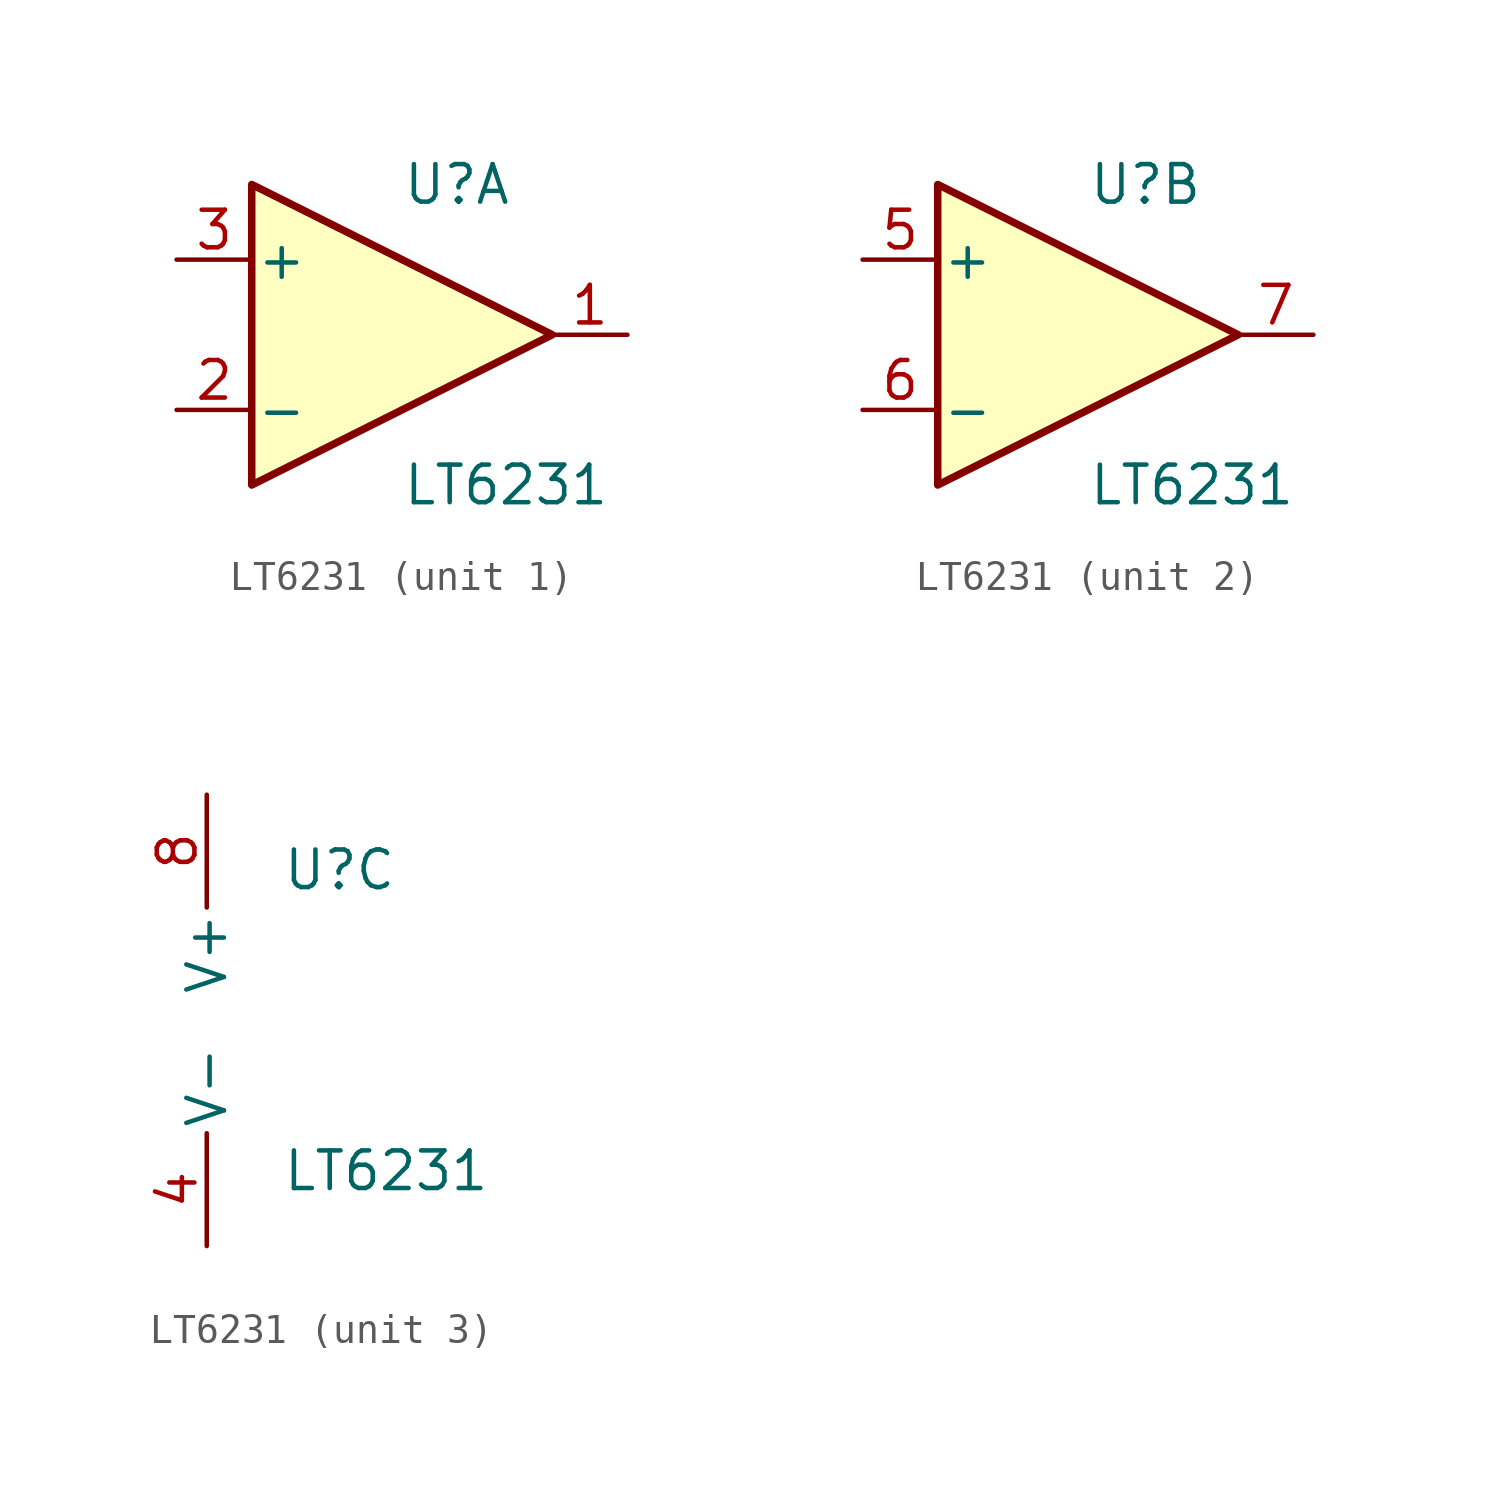
<source format=kicad_sym>
(kicad_symbol_lib
  (version 20211014)
  (generator kicad_symbol_editor)
  (symbol "LT6231"
    (pin_names
      (offset 0.127))
    (property "Reference" "U"
      (at 0 5.08 0)
      (effects (font (size 1.27 1.27)) (justify left)))
    (property "Value" "LT6231"
      (at 0 -5.08 0)
      (effects (font (size 1.27 1.27)) (justify left)))
    (property "ki_locked" ""
      (at 0 0 0)
      (effects (font (size 1.27 1.27))))
    (symbol "LT6231_1_1"
      (polyline (pts (xy -5.08 5.08) (xy 5.08 0) (xy -5.08 -5.08) (xy -5.08 5.08)) (stroke (width 0.254) (type default) (color 0 0 0 0)) (fill (type background)))
      (pin output line (at 7.62 0 180) (length 2.54) (name "~" (effects (font (size 1.27 1.27)))) (number "1" (effects (font (size 1.27 1.27)))))
      (pin input line (at -7.62 -2.54 0) (length 2.54) (name "-" (effects (font (size 1.27 1.27)))) (number "2" (effects (font (size 1.27 1.27)))))
      (pin input line (at -7.62 2.54 0) (length 2.54) (name "+" (effects (font (size 1.27 1.27)))) (number "3" (effects (font (size 1.27 1.27))))))
    (symbol "LT6231_2_1"
      (polyline (pts (xy -5.08 5.08) (xy 5.08 0) (xy -5.08 -5.08) (xy -5.08 5.08)) (stroke (width 0.254) (type default) (color 0 0 0 0)) (fill (type background)))
      (pin input line (at -7.62 2.54 0) (length 2.54) (name "+" (effects (font (size 1.27 1.27)))) (number "5" (effects (font (size 1.27 1.27)))))
      (pin input line (at -7.62 -2.54 0) (length 2.54) (name "-" (effects (font (size 1.27 1.27)))) (number "6" (effects (font (size 1.27 1.27)))))
      (pin output line (at 7.62 0 180) (length 2.54) (name "~" (effects (font (size 1.27 1.27)))) (number "7" (effects (font (size 1.27 1.27))))))
    (symbol "LT6231_3_1"
      (pin power_in line (at -2.54 -7.62 90) (length 3.81) (name "V-" (effects (font (size 1.27 1.27)))) (number "4" (effects (font (size 1.27 1.27)))))
      (pin power_in line (at -2.54 7.62 270) (length 3.81) (name "V+" (effects (font (size 1.27 1.27)))) (number "8" (effects (font (size 1.27 1.27))))))))
</source>
